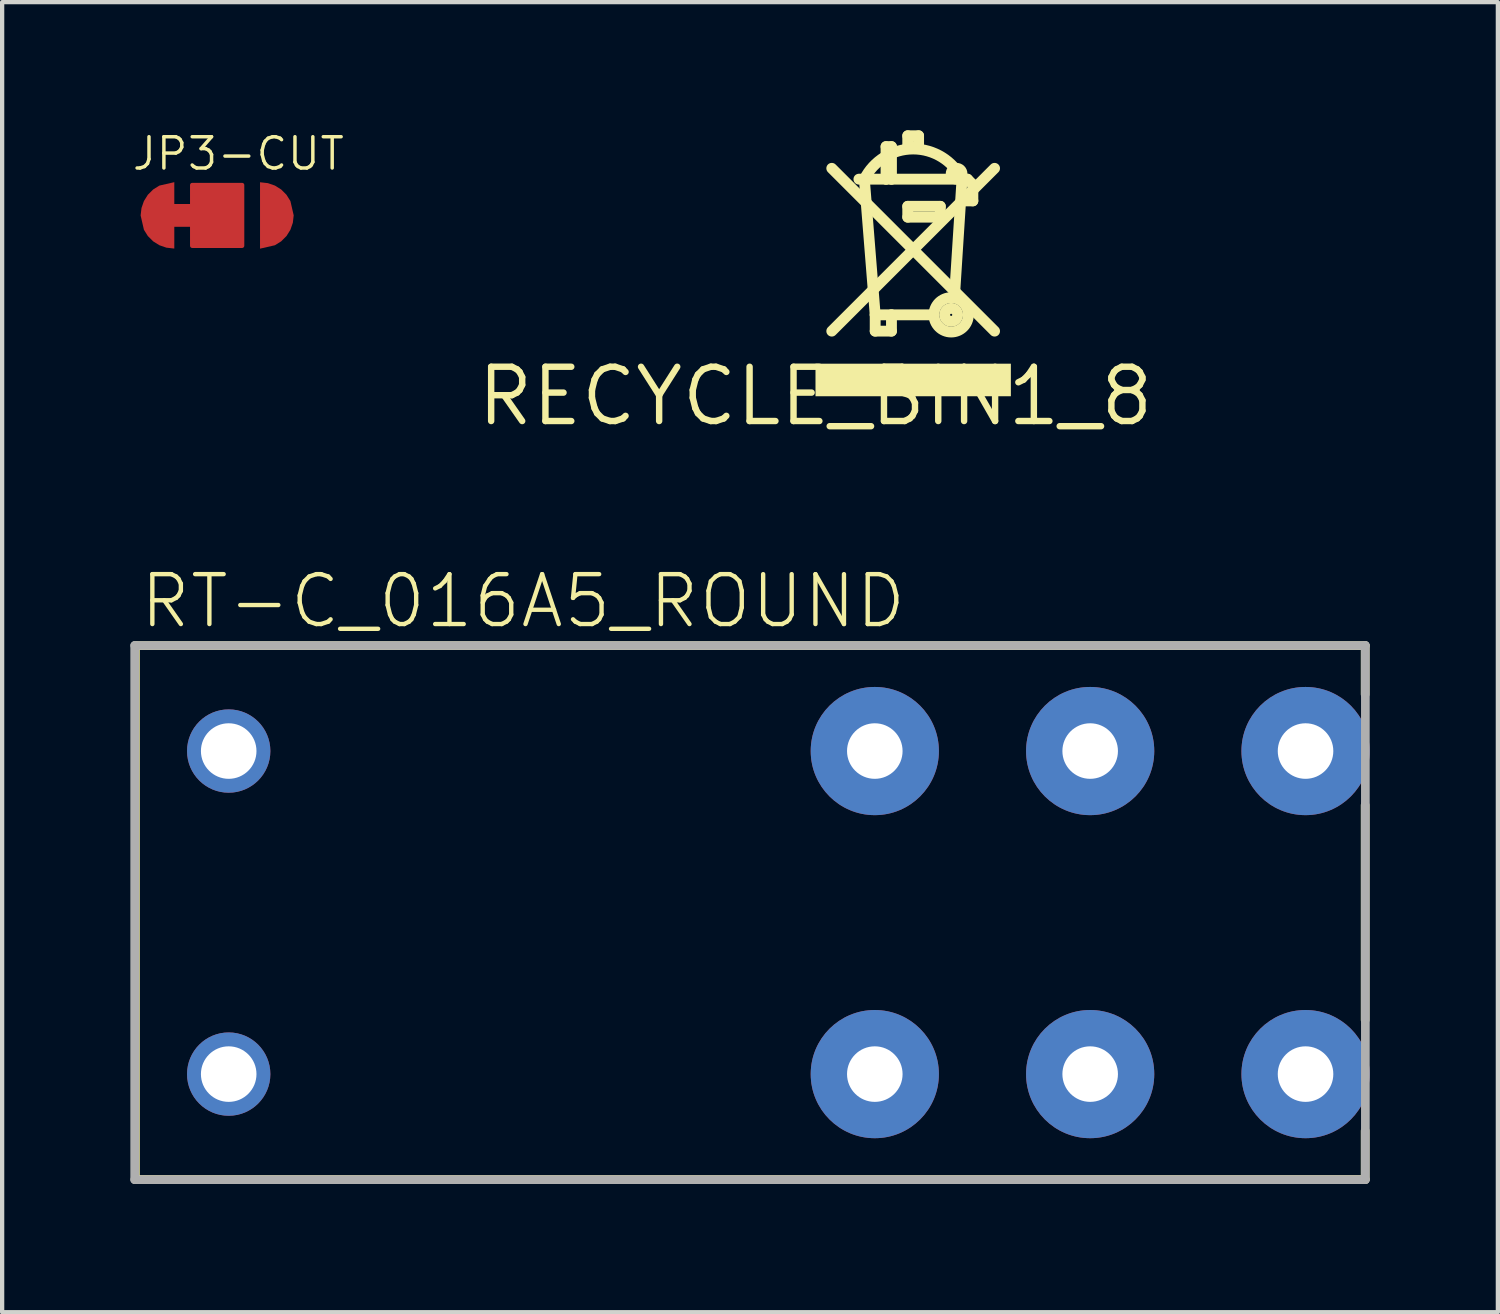
<source format=kicad_pcb>
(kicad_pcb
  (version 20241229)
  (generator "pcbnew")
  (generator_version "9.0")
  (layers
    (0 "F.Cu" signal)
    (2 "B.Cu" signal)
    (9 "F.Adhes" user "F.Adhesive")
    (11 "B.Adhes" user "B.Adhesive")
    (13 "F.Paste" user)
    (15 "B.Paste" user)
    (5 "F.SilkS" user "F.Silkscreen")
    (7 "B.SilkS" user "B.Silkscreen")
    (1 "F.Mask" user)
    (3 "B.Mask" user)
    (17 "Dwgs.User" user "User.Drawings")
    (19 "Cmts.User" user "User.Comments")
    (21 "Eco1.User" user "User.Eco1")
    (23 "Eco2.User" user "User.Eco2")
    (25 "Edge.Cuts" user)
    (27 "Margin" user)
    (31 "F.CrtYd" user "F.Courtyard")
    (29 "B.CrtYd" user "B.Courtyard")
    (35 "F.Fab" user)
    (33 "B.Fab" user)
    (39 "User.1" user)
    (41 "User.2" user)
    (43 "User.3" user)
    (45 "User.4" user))
  (footprint "JP3-CUT"
    (layer "F.Cu")
    (at 2.032 1.991)
    (property "Reference" "JP3-CUT" (at -2.032 -1.016 0) (layer "F.SilkS") (effects (font (size 0.732 0.732) (thickness 0.081)) (justify left bottom)))
    (fp_poly (pts (xy 1.188 -0.755) (xy 1.352 -0.698) (xy 1.499 -0.606) (xy 1.622 -0.483) (xy 1.714 -0.336) (xy 1.791 -0.001) (xy 1.771 0.172) (xy 1.714 0.336) (xy 1.622 0.483) (xy 1.499 0.606) (xy 1.352 0.698) (xy 1.003 0.778) (xy 1.003 -0.776)) (stroke (width 0) (type solid)) (fill yes) (layer "F.Cu"))
    (fp_poly (pts (xy -1.003 -0.267) (xy -0.495 -0.267) (xy -0.495 0.267) (xy -1.003 0.267) (xy -1.003 0.776) (xy -1.188 0.755) (xy -1.352 0.698) (xy -1.499 0.606) (xy -1.622 0.483) (xy -1.714 0.336) (xy -1.791 0.001) (xy -1.771 -0.172) (xy -1.714 -0.336) (xy -1.622 -0.483) (xy -1.499 -0.606) (xy -1.352 -0.698) (xy -1.003 -0.778)) (stroke (width 0) (type solid)) (fill yes) (layer "F.Cu"))
    (fp_poly (pts (xy -0.178 0.902) (xy -1.017 0.902) (xy -1.407 0.813) (xy -1.578 0.705) (xy -1.721 0.562) (xy -1.828 0.391) (xy -1.895 0.201) (xy -1.918 -0.001) (xy -1.829 -0.391) (xy -1.721 -0.562) (xy -1.578 -0.705) (xy -1.407 -0.812) (xy -1.217 -0.879) (xy -1.017 -0.902) (xy -0.178 -0.902)) (stroke (width 0) (type solid)) (fill yes) (layer "F.Mask"))
    (fp_poly (pts (xy 1.407 -0.813) (xy 1.578 -0.705) (xy 1.721 -0.562) (xy 1.828 -0.391) (xy 1.895 -0.201) (xy 1.918 0.001) (xy 1.829 0.391) (xy 1.721 0.562) (xy 1.578 0.705) (xy 1.407 0.812) (xy 1.217 0.879) (xy 1.017 0.902) (xy 0.178 0.902) (xy 0.178 -0.902) (xy 1.017 -0.902)) (stroke (width 0) (type solid)) (fill yes) (layer "F.Mask"))
    (pad "COM" smd roundrect (at 0 0) (size 1.27 1.524) (layers "F.Cu") (roundrect_rratio 0.04))
    (pad "NC" smd roundrect (at -1.27 0) (size 0.889 0.254) (layers "F.Cu") (roundrect_rratio 0.2))
    (pad "NO" smd roundrect (at 1.46 0) (size 0.508 0.254) (layers "F.Cu") (roundrect_rratio 0.2)))
  (footprint "RECYCLE_BIN1_8"
    (layer "F.Cu")
    (at 16.034 6.223)
    (property "Reference" "RECYCLE_BIN1_8" (at 0 0 0) (layer "F.SilkS") (effects (font (size 1.27 1.27) (thickness 0.15))))
    (fp_line (start 0.381 -5.334) (end 4.191 -1.524) (stroke (width 0.254) (type solid)) (layer "F.SilkS"))
    (fp_line (start 1.143 -5.08) (end 1.016 -5.08) (stroke (width 0.254) (type solid)) (layer "F.SilkS"))
    (fp_line (start 1.143 -5.08) (end 1.651 -5.08) (stroke (width 0.254) (type solid)) (layer "F.SilkS"))
    (fp_line (start 1.397 -1.905) (end 1.143 -5.08) (stroke (width 0.254) (type solid)) (layer "F.SilkS"))
    (fp_line (start 1.397 -1.905) (end 1.397 -1.524) (stroke (width 0.254) (type solid)) (layer "F.SilkS"))
    (fp_line (start 1.397 -1.524) (end 1.778 -1.524) (stroke (width 0.254) (type solid)) (layer "F.SilkS"))
    (fp_line (start 1.651 -5.842) (end 1.651 -5.08) (stroke (width 0.254) (type solid)) (layer "F.SilkS"))
    (fp_line (start 1.651 -5.842) (end 1.778 -5.842) (stroke (width 0.254) (type solid)) (layer "F.SilkS"))
    (fp_line (start 1.651 -5.08) (end 1.778 -5.08) (stroke (width 0.254) (type solid)) (layer "F.SilkS"))
    (fp_line (start 1.778 -5.842) (end 1.778 -5.08) (stroke (width 0.254) (type solid)) (layer "F.SilkS"))
    (fp_line (start 1.778 -5.08) (end 3.429 -5.08) (stroke (width 0.254) (type solid)) (layer "F.SilkS"))
    (fp_line (start 1.778 -1.905) (end 1.397 -1.905) (stroke (width 0.254) (type solid)) (layer "F.SilkS"))
    (fp_line (start 1.778 -1.524) (end 1.778 -1.905) (stroke (width 0.254) (type solid)) (layer "F.SilkS"))
    (fp_line (start 2.159 -6.096) (end 2.159 -5.842) (stroke (width 0.254) (type solid)) (layer "F.SilkS"))
    (fp_line (start 2.159 -5.842) (end 2.413 -5.842) (stroke (width 0.254) (type solid)) (layer "F.SilkS"))
    (fp_line (start 2.159 -4.445) (end 2.159 -4.191) (stroke (width 0.254) (type solid)) (layer "F.SilkS"))
    (fp_line (start 2.159 -4.191) (end 2.921 -4.191) (stroke (width 0.254) (type solid)) (layer "F.SilkS"))
    (fp_line (start 2.413 -6.096) (end 2.159 -6.096) (stroke (width 0.254) (type solid)) (layer "F.SilkS"))
    (fp_line (start 2.413 -5.842) (end 2.413 -6.096) (stroke (width 0.254) (type solid)) (layer "F.SilkS"))
    (fp_line (start 2.769 -1.905) (end 1.778 -1.905) (stroke (width 0.254) (type solid)) (layer "F.SilkS"))
    (fp_line (start 2.921 -4.445) (end 2.159 -4.445) (stroke (width 0.254) (type solid)) (layer "F.SilkS"))
    (fp_line (start 2.921 -4.191) (end 2.921 -4.445) (stroke (width 0.254) (type solid)) (layer "F.SilkS"))
    (fp_line (start 3.429 -5.08) (end 3.251 -2.311) (stroke (width 0.254) (type solid)) (layer "F.SilkS"))
    (fp_line (start 3.429 -5.08) (end 3.556 -5.08) (stroke (width 0.254) (type solid)) (layer "F.SilkS"))
    (fp_line (start 3.429 -4.572) (end 0.381 -1.524) (stroke (width 0.254) (type solid)) (layer "F.SilkS"))
    (fp_line (start 3.556 -5.08) (end 3.683 -4.953) (stroke (width 0.254) (type solid)) (layer "F.SilkS"))
    (fp_line (start 3.683 -4.953) (end 3.683 -4.572) (stroke (width 0.254) (type solid)) (layer "F.SilkS"))
    (fp_line (start 3.683 -4.572) (end 3.429 -4.572) (stroke (width 0.254) (type solid)) (layer "F.SilkS"))
    (fp_line (start 4.191 -5.334) (end 3.429 -4.572) (stroke (width 0.254) (type solid)) (layer "F.SilkS"))
    (fp_arc (start 1.143 -5.08) (mid 2.286 -5.786413) (end 3.429 -5.08) (stroke (width 0.254) (type solid)) (layer "F.SilkS"))
    (fp_circle (center 3.175 -1.905) (end 3.2 -1.905) (stroke (width 0.254) (type solid)) (fill no) (layer "F.SilkS"))
    (fp_circle (center 3.175 -1.905) (end 3.577 -1.905) (stroke (width 0.254) (type solid)) (fill no) (layer "F.SilkS"))
    (fp_circle (center 3.302 -5.207) (end 3.429 -5.207) (stroke (width 0.254) (type solid)) (fill no) (layer "F.SilkS"))
    (fp_poly (pts (xy 0 0) (xy 4.572 0) (xy 4.572 -0.762) (xy 0 -0.762)) (stroke (width 0) (type solid)) (fill yes) (layer "F.SilkS")))
  (footprint "RT-C_016A5_ROUND"
    (layer "F.Cu")
    (at 13.632 18.306)
    (property "Reference" "RT-C_016A5_ROUND" (at -13.462 -6.604 0) (layer "F.SilkS") (effects (font (size 1.168 1.168) (thickness 0.102)) (justify left bottom)))
    (fp_line (start -13.513 -6.248) (end 15.265 -6.248) (stroke (width 0.203) (type solid)) (layer "F.SilkS"))
    (fp_line (start -13.513 6.248) (end -13.513 -6.248) (stroke (width 0.203) (type solid)) (layer "F.SilkS"))
    (fp_line (start -13.513 6.248) (end 15.265 6.248) (stroke (width 0.203) (type solid)) (layer "F.SilkS"))
    (fp_line (start 15.265 -5.105) (end 15.265 -6.248) (stroke (width 0.203) (type solid)) (layer "F.SilkS"))
    (fp_line (start 15.265 2.515) (end 15.265 -2.515) (stroke (width 0.203) (type solid)) (layer "F.SilkS"))
    (fp_line (start 15.265 6.248) (end 15.265 5.105) (stroke (width 0.203) (type solid)) (layer "F.SilkS"))
    (fp_line (start -13.53 -6.25) (end 15.27 -6.25) (stroke (width 0.203) (type solid)) (layer "F.Fab"))
    (fp_line (start -13.53 6.25) (end -13.53 -6.25) (stroke (width 0.203) (type solid)) (layer "F.Fab"))
    (fp_line (start 15.27 -6.25) (end 15.27 6.25) (stroke (width 0.203) (type solid)) (layer "F.Fab"))
    (fp_line (start 15.27 6.25) (end -13.53 6.25) (stroke (width 0.203) (type solid)) (layer "F.Fab"))
    (pad "11A" thru_hole circle (at 8.83 -3.78 90) (size 3 3) (drill 1.3) (layers "*.Cu" "*.Mask"))
    (pad "11B" thru_hole circle (at 8.83 3.78 90) (size 3 3) (drill 1.3) (layers "*.Cu" "*.Mask"))
    (pad "12A" thru_hole circle (at 3.79 -3.78 90) (size 3 3) (drill 1.3) (layers "*.Cu" "*.Mask"))
    (pad "12B" thru_hole circle (at 3.79 3.78 90) (size 3 3) (drill 1.3) (layers "*.Cu" "*.Mask"))
    (pad "14A" thru_hole circle (at 13.87 -3.78 90) (size 3 3) (drill 1.3) (layers "*.Cu" "*.Mask"))
    (pad "14B" thru_hole circle (at 13.87 3.78 90) (size 3 3) (drill 1.3) (layers "*.Cu" "*.Mask"))
    (pad "A1" thru_hole circle (at -11.33 3.78) (size 1.95 1.95) (drill 1.3) (layers "*.Cu" "*.Mask"))
    (pad "A2" thru_hole circle (at -11.33 -3.78) (size 1.95 1.95) (drill 1.3) (layers "*.Cu" "*.Mask")))
  (gr_rect
    (start -3 -3)
    (end 32.003 27.658)
    (stroke (width 0.1) (type default))
    (fill no)
    (layer "Edge.Cuts")))
</source>
